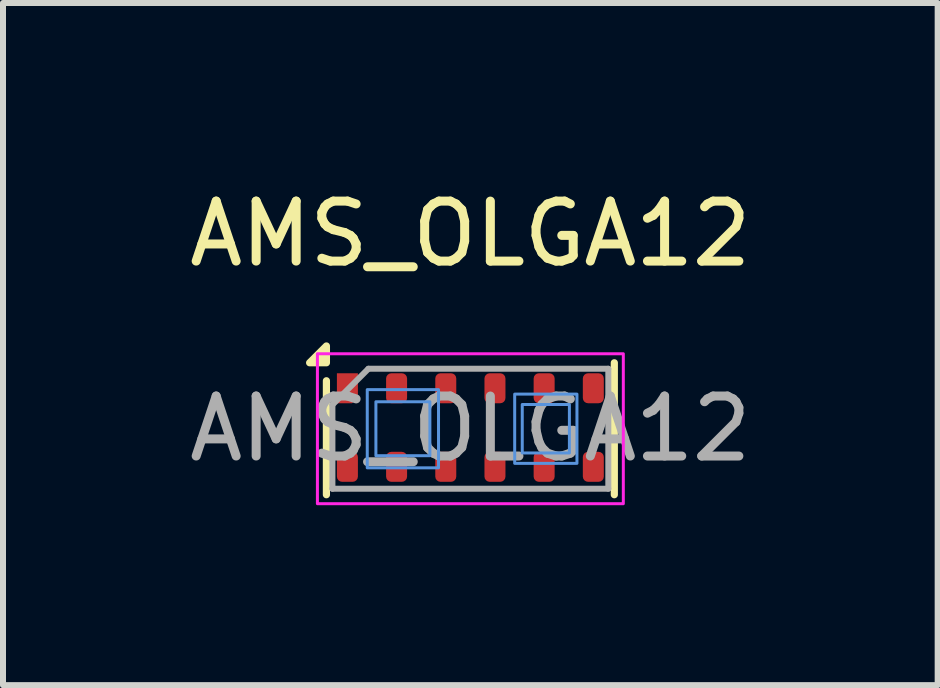
<source format=kicad_pcb>
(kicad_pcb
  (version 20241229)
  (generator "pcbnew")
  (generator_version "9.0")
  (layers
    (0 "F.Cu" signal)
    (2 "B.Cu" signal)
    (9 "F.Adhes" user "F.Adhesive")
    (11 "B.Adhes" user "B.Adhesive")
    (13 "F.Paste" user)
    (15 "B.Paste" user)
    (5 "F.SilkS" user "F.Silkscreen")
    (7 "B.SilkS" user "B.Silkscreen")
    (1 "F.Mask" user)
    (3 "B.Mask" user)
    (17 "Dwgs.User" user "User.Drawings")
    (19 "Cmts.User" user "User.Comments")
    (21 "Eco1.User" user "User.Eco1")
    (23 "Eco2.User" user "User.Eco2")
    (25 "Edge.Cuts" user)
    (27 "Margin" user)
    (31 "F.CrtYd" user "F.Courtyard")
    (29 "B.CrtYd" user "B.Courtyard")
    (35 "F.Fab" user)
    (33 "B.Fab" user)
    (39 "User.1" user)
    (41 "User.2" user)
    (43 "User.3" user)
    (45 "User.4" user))
  (footprint "AMS_OLGA12"
    (layer "F.Cu")
    (at 4.792 4.098)
    (property "Reference" "AMS_OLGA12" (at 0 -3.25 0) (layer "F.SilkS") (effects (font (size 1 1) (thickness 0.15))))
    (attr smd)
    (fp_line (start -2.4 -0.8) (end -2.4 1.1) (stroke (width 0.12) (type default)) (layer "F.SilkS"))
    (fp_line (start 2.4 -1.1) (end 2.4 1.1) (stroke (width 0.12) (type default)) (layer "F.SilkS"))
    (fp_poly (pts (xy -2.4 -1.1) (xy -2.68 -1.1) (xy -2.4 -1.38) (xy -2.4 -1.1)) (stroke (width 0.12) (type solid)) (fill yes) (layer "F.SilkS"))
    (fp_rect (start -0.675 -0.45) (end -1.575 0.45) (stroke (width 0.05) (type default)) (fill no) (layer "Cmts.User"))
    (fp_rect (start -0.531 -0.652) (end -1.719 0.652) (stroke (width 0.05) (type default)) (fill no) (layer "Cmts.User"))
    (fp_rect (start 1.651 -0.404) (end 0.865 0.404) (stroke (width 0.05) (type default)) (fill no) (layer "Cmts.User"))
    (fp_rect (start 1.777 -0.577) (end 0.739 0.577) (stroke (width 0.05) (type default)) (fill no) (layer "Cmts.User"))
    (fp_rect (start 2.55 -1.25) (end -2.55 1.25) (stroke (width 0.05) (type default)) (fill no) (layer "F.CrtYd"))
    (fp_line (start -2.3 1) (end -2.3 -0.4) (stroke (width 0.1) (type default)) (layer "F.Fab"))
    (fp_line (start -2.3 1) (end 2.3 1) (stroke (width 0.1) (type default)) (layer "F.Fab"))
    (fp_line (start -1.7 -1) (end -2.3 -0.4) (stroke (width 0.1) (type default)) (layer "F.Fab"))
    (fp_line (start 2.3 -1) (end -1.7 -1) (stroke (width 0.1) (type default)) (layer "F.Fab"))
    (fp_line (start 2.3 -1) (end 2.3 1) (stroke (width 0.1) (type default)) (layer "F.Fab"))
    (fp_text user "${REFERENCE}" (at 0 0 0) (layer "F.Fab") (effects (font (size 1 1) (thickness 0.15))))
    (pad "1" smd roundrect (at -2.05 -0.675 270) (size 0.5 0.35) (layers "F.Cu" "F.Mask" "F.Paste") (roundrect_rratio 0) (chamfer_ratio 0.28) (chamfer top_right))
    (pad "2" smd roundrect (at -1.23 -0.675 270) (size 0.5 0.35) (layers "F.Cu" "F.Mask" "F.Paste") (roundrect_rratio 0.25))
    (pad "3" smd roundrect (at -0.41 -0.675 270) (size 0.5 0.35) (layers "F.Cu" "F.Mask" "F.Paste") (roundrect_rratio 0.25))
    (pad "4" smd roundrect (at 0.41 -0.675 270) (size 0.5 0.35) (layers "F.Cu" "F.Mask" "F.Paste") (roundrect_rratio 0.25))
    (pad "5" smd roundrect (at 1.23 -0.675 270) (size 0.5 0.35) (layers "F.Cu" "F.Mask" "F.Paste") (roundrect_rratio 0.25))
    (pad "6" smd roundrect (at 2.05 -0.675 270) (size 0.5 0.35) (layers "F.Cu" "F.Mask" "F.Paste") (roundrect_rratio 0.25))
    (pad "7" smd roundrect (at 2.05 0.635 270) (size 0.5 0.35) (layers "F.Cu" "F.Mask" "F.Paste") (roundrect_rratio 0.25))
    (pad "8" smd roundrect (at 1.23 0.635 270) (size 0.5 0.35) (layers "F.Cu" "F.Mask" "F.Paste") (roundrect_rratio 0.25))
    (pad "9" smd roundrect (at 0.41 0.635 270) (size 0.5 0.35) (layers "F.Cu" "F.Mask" "F.Paste") (roundrect_rratio 0.25))
    (pad "10" smd roundrect (at -0.41 0.635 270) (size 0.5 0.35) (layers "F.Cu" "F.Mask" "F.Paste") (roundrect_rratio 0.25))
    (pad "11" smd roundrect (at -1.23 0.635 270) (size 0.5 0.35) (layers "F.Cu" "F.Mask" "F.Paste") (roundrect_rratio 0.25))
    (pad "12" smd roundrect (at -2.05 0.635 270) (size 0.5 0.35) (layers "F.Cu" "F.Mask" "F.Paste") (roundrect_rratio 0.25)))
  (gr_rect
    (start -3 -3)
    (end 12.583 8.373)
    (stroke (width 0.1) (type default))
    (fill no)
    (layer "Edge.Cuts")))
</source>
